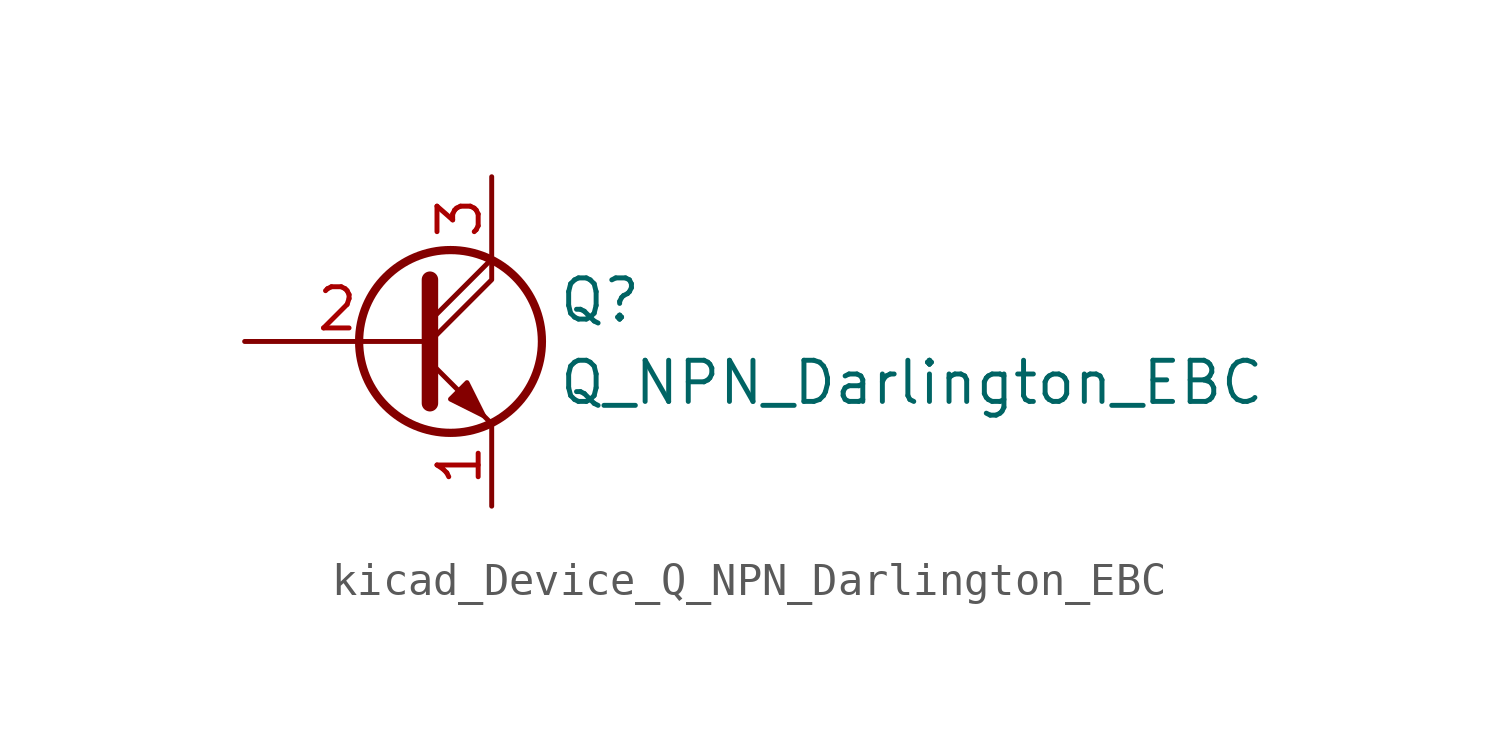
<source format=kicad_sym>
(kicad_symbol_lib
  (version 20220914)
  (generator kicad_symbol_editor)
  (symbol "kicad_Device_Q_NPN_Darlington_EBC"
    (pin_names
      (offset 0) hide)
    (property "Reference" "Q"
      (at 4.572 1.27 0)
      (effects (font (size 1.27 1.27)) (justify left)))
    (property "Value" "Q_NPN_Darlington_EBC"
      (at 4.572 -1.27 0)
      (effects (font (size 1.27 1.27)) (justify left)))
    (symbol "kicad_Device_Q_NPN_Darlington_EBC_0_1"
      (polyline (pts (xy 0.635 0.635) (xy 2.54 2.54)) (stroke (width 0) (type default)) (fill (type none)))
      (polyline (pts (xy 0.635 -0.635) (xy 2.54 -2.54) (xy 2.54 -2.54)) (stroke (width 0) (type default)) (fill (type none)))
      (polyline (pts (xy 0.635 0) (xy 2.54 1.905) (xy 2.54 2.54)) (stroke (width 0) (type default)) (fill (type none)))
      (polyline (pts (xy 0.635 1.905) (xy 0.635 -1.905) (xy 0.635 -1.905)) (stroke (width 0.508) (type default)) (fill (type none)))
      (polyline (pts (xy 1.27 -1.778) (xy 1.778 -1.27) (xy 2.286 -2.286) (xy 1.27 -1.778) (xy 1.27 -1.778)) (stroke (width 0) (type default)) (fill (type outline)))
      (circle (center 1.27 0) (radius 2.819) (stroke (width 0.254) (type default)) (fill (type none))))
    (symbol "kicad_Device_Q_NPN_Darlington_EBC_1_1"
      (pin passive line (at 2.54 -5.08 90) (length 2.54) (name "E" (effects (font (size 1.27 1.27)))) (number "1" (effects (font (size 1.27 1.27)))))
      (pin passive line (at -5.08 0 0) (length 5.715) (name "B" (effects (font (size 1.27 1.27)))) (number "2" (effects (font (size 1.27 1.27)))))
      (pin passive line (at 2.54 5.08 270) (length 2.54) (name "C" (effects (font (size 1.27 1.27)))) (number "3" (effects (font (size 1.27 1.27))))))))
</source>
